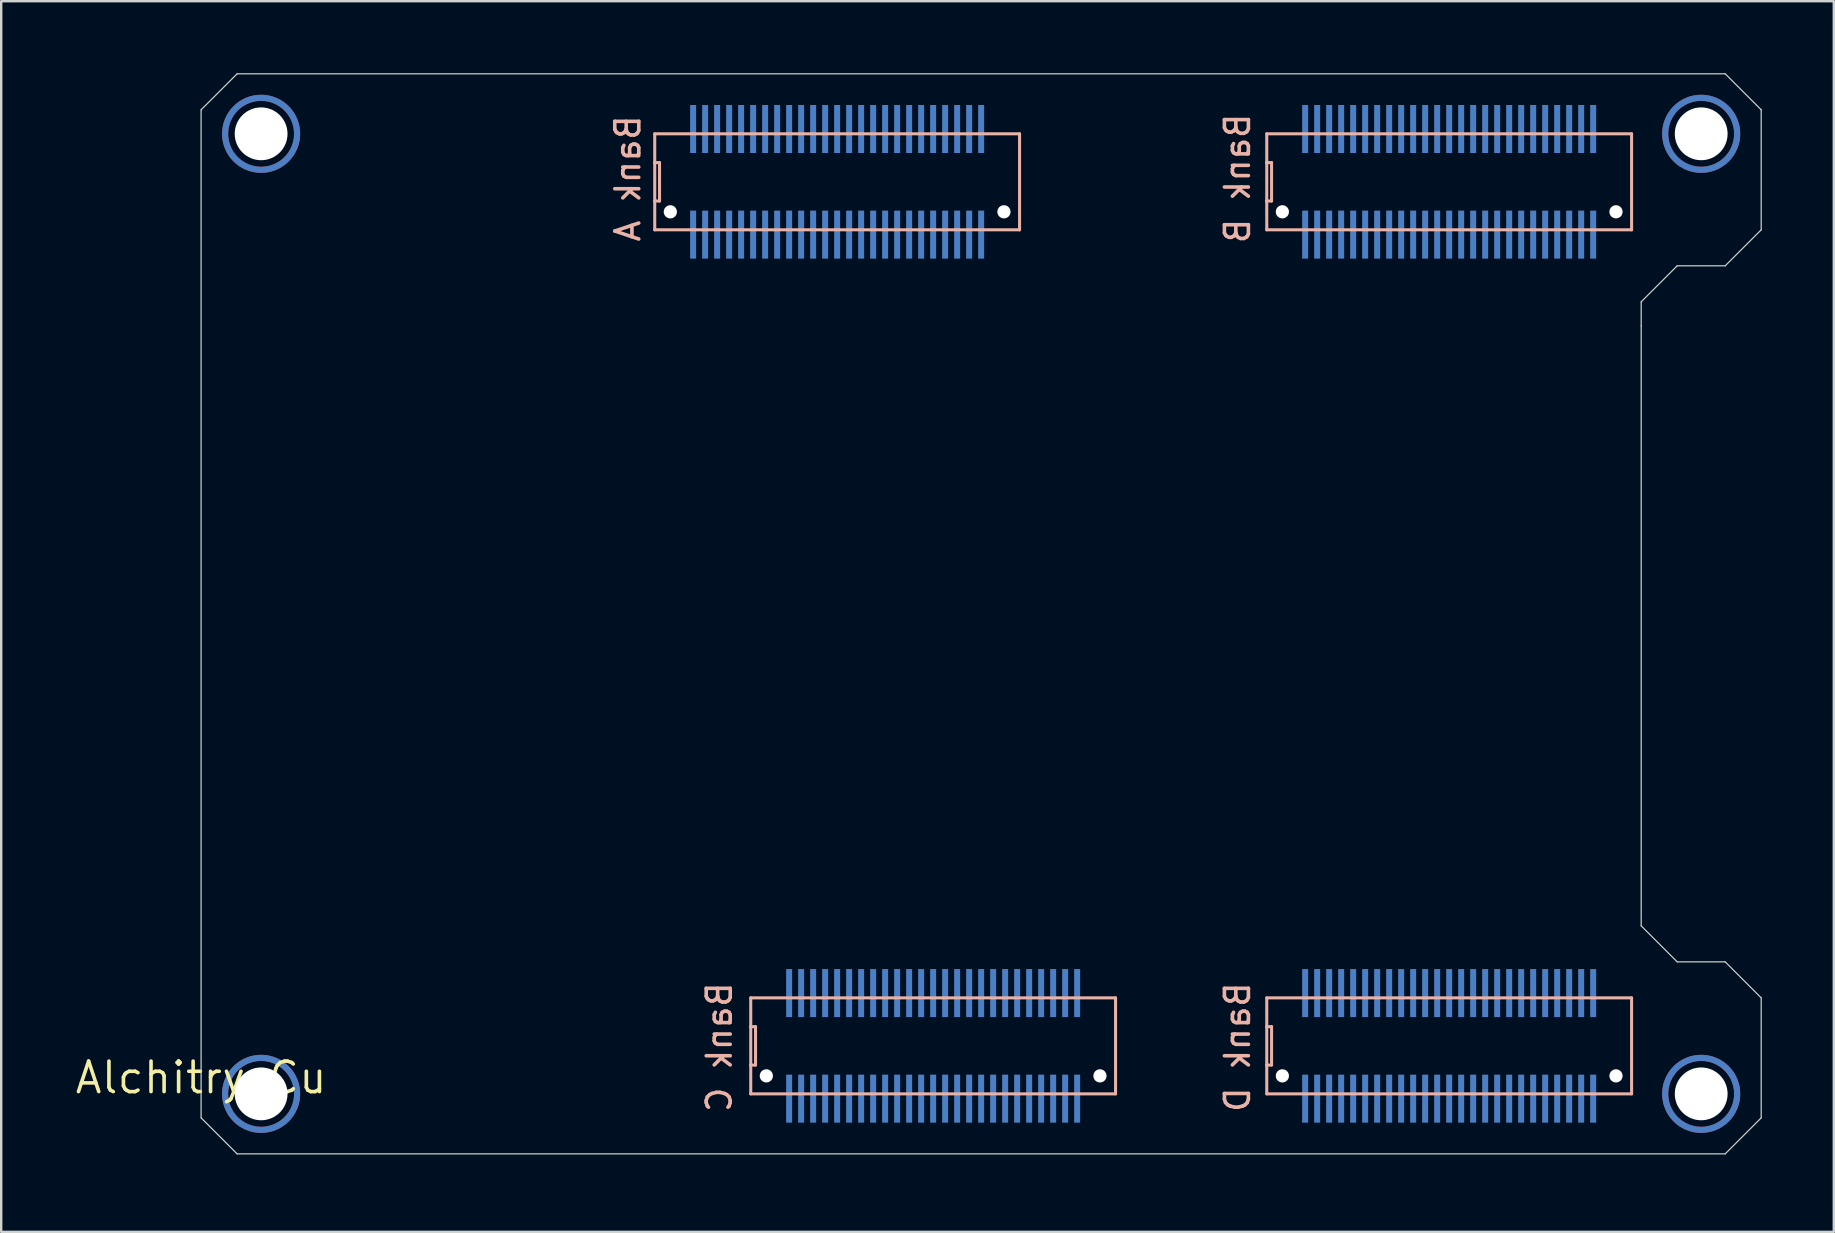
<source format=kicad_pcb>
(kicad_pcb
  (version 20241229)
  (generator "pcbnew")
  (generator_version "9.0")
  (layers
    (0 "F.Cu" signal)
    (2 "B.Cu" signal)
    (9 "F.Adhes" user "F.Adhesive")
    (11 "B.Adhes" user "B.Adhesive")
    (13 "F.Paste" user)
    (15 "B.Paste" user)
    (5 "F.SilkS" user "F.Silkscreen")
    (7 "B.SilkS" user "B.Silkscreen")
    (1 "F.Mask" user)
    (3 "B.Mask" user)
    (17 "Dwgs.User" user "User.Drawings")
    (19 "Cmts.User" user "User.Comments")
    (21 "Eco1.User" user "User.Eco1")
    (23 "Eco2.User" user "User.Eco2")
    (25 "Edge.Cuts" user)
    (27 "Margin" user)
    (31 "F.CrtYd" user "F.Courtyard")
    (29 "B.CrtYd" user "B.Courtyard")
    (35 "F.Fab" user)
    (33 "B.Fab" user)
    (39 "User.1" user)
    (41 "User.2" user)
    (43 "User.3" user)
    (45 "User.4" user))
  (footprint "Alchitry_Cu"
    (layer "F.Cu")
    (at 5.329 45.025)
    (property "Reference" "Alchitry_Cu" (at 0 -3.175 180) (layer "F.SilkS") (effects (font (size 1.27 1.27) (thickness 0.15))))
    (attr through_hole)
    (fp_circle (center 2.5 -42.5) (end 4 -42.5) (stroke (width 0.254) (type solid)) (fill no) (layer "F.Cu"))
    (fp_circle (center 2.5 -2.5) (end 4 -2.5) (stroke (width 0.254) (type solid)) (fill no) (layer "F.Cu"))
    (fp_circle (center 62.5 -42.5) (end 64 -42.5) (stroke (width 0.254) (type solid)) (fill no) (layer "F.Cu"))
    (fp_circle (center 62.5 -2.5) (end 64 -2.5) (stroke (width 0.254) (type solid)) (fill no) (layer "F.Cu"))
    (fp_circle (center 2.5 -42.5) (end 4 -42.5) (stroke (width 0.254) (type solid)) (fill no) (layer "F.Mask"))
    (fp_circle (center 2.5 -2.5) (end 4 -2.5) (stroke (width 0.254) (type solid)) (fill no) (layer "F.Mask"))
    (fp_circle (center 62.5 -42.5) (end 64 -42.5) (stroke (width 0.254) (type solid)) (fill no) (layer "F.Mask"))
    (fp_circle (center 62.5 -2.5) (end 64 -2.5) (stroke (width 0.254) (type solid)) (fill no) (layer "F.Mask"))
    (fp_circle (center 2.5 -42.5) (end 4 -42.5) (stroke (width 0.254) (type solid)) (fill no) (layer "B.Cu"))
    (fp_circle (center 2.5 -2.5) (end 4 -2.5) (stroke (width 0.254) (type solid)) (fill no) (layer "B.Cu"))
    (fp_circle (center 62.5 -42.5) (end 64 -42.5) (stroke (width 0.254) (type solid)) (fill no) (layer "B.Cu"))
    (fp_circle (center 62.5 -2.5) (end 64 -2.5) (stroke (width 0.254) (type solid)) (fill no) (layer "B.Cu"))
    (fp_circle (center 2.5 -42.5) (end 4 -42.5) (stroke (width 0.254) (type solid)) (fill no) (layer "B.Mask"))
    (fp_circle (center 2.5 -2.5) (end 4 -2.5) (stroke (width 0.254) (type solid)) (fill no) (layer "B.Mask"))
    (fp_circle (center 62.5 -42.5) (end 64 -42.5) (stroke (width 0.254) (type solid)) (fill no) (layer "B.Mask"))
    (fp_circle (center 62.5 -2.5) (end 64 -2.5) (stroke (width 0.254) (type solid)) (fill no) (layer "B.Mask"))
    (fp_line (start 18.9 -42.5) (end 18.9 -41.3) (stroke (width 0.127) (type solid)) (layer "B.SilkS"))
    (fp_line (start 18.9 -41.3) (end 18.9 -39.7) (stroke (width 0.127) (type solid)) (layer "B.SilkS"))
    (fp_line (start 18.9 -41.3) (end 19.1 -41.3) (stroke (width 0.127) (type solid)) (layer "B.SilkS"))
    (fp_line (start 18.9 -39.7) (end 18.9 -38.5) (stroke (width 0.127) (type solid)) (layer "B.SilkS"))
    (fp_line (start 18.9 -38.5) (end 34.1 -38.5) (stroke (width 0.127) (type solid)) (layer "B.SilkS"))
    (fp_line (start 19.1 -41.3) (end 19.1 -39.7) (stroke (width 0.127) (type solid)) (layer "B.SilkS"))
    (fp_line (start 19.1 -39.7) (end 18.9 -39.7) (stroke (width 0.127) (type solid)) (layer "B.SilkS"))
    (fp_line (start 22.9 -6.5) (end 22.9 -5.3) (stroke (width 0.127) (type solid)) (layer "B.SilkS"))
    (fp_line (start 22.9 -5.3) (end 22.9 -3.7) (stroke (width 0.127) (type solid)) (layer "B.SilkS"))
    (fp_line (start 22.9 -5.3) (end 23.1 -5.3) (stroke (width 0.127) (type solid)) (layer "B.SilkS"))
    (fp_line (start 22.9 -3.7) (end 22.9 -2.5) (stroke (width 0.127) (type solid)) (layer "B.SilkS"))
    (fp_line (start 22.9 -2.5) (end 38.1 -2.5) (stroke (width 0.127) (type solid)) (layer "B.SilkS"))
    (fp_line (start 23.1 -5.3) (end 23.1 -3.7) (stroke (width 0.127) (type solid)) (layer "B.SilkS"))
    (fp_line (start 23.1 -3.7) (end 22.9 -3.7) (stroke (width 0.127) (type solid)) (layer "B.SilkS"))
    (fp_line (start 34.1 -42.5) (end 18.9 -42.5) (stroke (width 0.127) (type solid)) (layer "B.SilkS"))
    (fp_line (start 34.1 -38.5) (end 34.1 -42.5) (stroke (width 0.127) (type solid)) (layer "B.SilkS"))
    (fp_line (start 38.1 -6.5) (end 22.9 -6.5) (stroke (width 0.127) (type solid)) (layer "B.SilkS"))
    (fp_line (start 38.1 -2.5) (end 38.1 -6.5) (stroke (width 0.127) (type solid)) (layer "B.SilkS"))
    (fp_line (start 44.4 -42.5) (end 44.4 -41.3) (stroke (width 0.127) (type solid)) (layer "B.SilkS"))
    (fp_line (start 44.4 -41.3) (end 44.4 -39.7) (stroke (width 0.127) (type solid)) (layer "B.SilkS"))
    (fp_line (start 44.4 -41.3) (end 44.6 -41.3) (stroke (width 0.127) (type solid)) (layer "B.SilkS"))
    (fp_line (start 44.4 -39.7) (end 44.4 -38.5) (stroke (width 0.127) (type solid)) (layer "B.SilkS"))
    (fp_line (start 44.4 -38.5) (end 59.6 -38.5) (stroke (width 0.127) (type solid)) (layer "B.SilkS"))
    (fp_line (start 44.4 -6.5) (end 44.4 -5.3) (stroke (width 0.127) (type solid)) (layer "B.SilkS"))
    (fp_line (start 44.4 -5.3) (end 44.4 -3.7) (stroke (width 0.127) (type solid)) (layer "B.SilkS"))
    (fp_line (start 44.4 -5.3) (end 44.6 -5.3) (stroke (width 0.127) (type solid)) (layer "B.SilkS"))
    (fp_line (start 44.4 -3.7) (end 44.4 -2.5) (stroke (width 0.127) (type solid)) (layer "B.SilkS"))
    (fp_line (start 44.4 -2.5) (end 59.6 -2.5) (stroke (width 0.127) (type solid)) (layer "B.SilkS"))
    (fp_line (start 44.6 -41.3) (end 44.6 -39.7) (stroke (width 0.127) (type solid)) (layer "B.SilkS"))
    (fp_line (start 44.6 -39.7) (end 44.4 -39.7) (stroke (width 0.127) (type solid)) (layer "B.SilkS"))
    (fp_line (start 44.6 -5.3) (end 44.6 -3.7) (stroke (width 0.127) (type solid)) (layer "B.SilkS"))
    (fp_line (start 44.6 -3.7) (end 44.4 -3.7) (stroke (width 0.127) (type solid)) (layer "B.SilkS"))
    (fp_line (start 59.6 -42.5) (end 44.4 -42.5) (stroke (width 0.127) (type solid)) (layer "B.SilkS"))
    (fp_line (start 59.6 -38.5) (end 59.6 -42.5) (stroke (width 0.127) (type solid)) (layer "B.SilkS"))
    (fp_line (start 59.6 -6.5) (end 44.4 -6.5) (stroke (width 0.127) (type solid)) (layer "B.SilkS"))
    (fp_line (start 59.6 -2.5) (end 59.6 -6.5) (stroke (width 0.127) (type solid)) (layer "B.SilkS"))
    (fp_line (start 0 -43.5) (end 0 -1.5) (stroke (width 0.05) (type solid)) (layer "Edge.Cuts"))
    (fp_line (start 0 -1.5) (end 1.5 0) (stroke (width 0.05) (type solid)) (layer "Edge.Cuts"))
    (fp_line (start 1.5 -45) (end 0 -43.5) (stroke (width 0.05) (type solid)) (layer "Edge.Cuts"))
    (fp_line (start 1.5 0) (end 63.5 0) (stroke (width 0.05) (type solid)) (layer "Edge.Cuts"))
    (fp_line (start 60 -35.5) (end 61.5 -37) (stroke (width 0.05) (type solid)) (layer "Edge.Cuts"))
    (fp_line (start 60 -34.5) (end 60 -35.5) (stroke (width 0.05) (type solid)) (layer "Edge.Cuts"))
    (fp_line (start 60 -9.5) (end 60 -34.5) (stroke (width 0.05) (type solid)) (layer "Edge.Cuts"))
    (fp_line (start 61.5 -37) (end 63.5 -37) (stroke (width 0.05) (type solid)) (layer "Edge.Cuts"))
    (fp_line (start 61.5 -8) (end 60 -9.5) (stroke (width 0.05) (type solid)) (layer "Edge.Cuts"))
    (fp_line (start 63.5 -45) (end 1.5 -45) (stroke (width 0.05) (type solid)) (layer "Edge.Cuts"))
    (fp_line (start 63.5 -37) (end 65 -38.5) (stroke (width 0.05) (type solid)) (layer "Edge.Cuts"))
    (fp_line (start 63.5 -8) (end 61.5 -8) (stroke (width 0.05) (type solid)) (layer "Edge.Cuts"))
    (fp_line (start 63.5 0) (end 65 -1.5) (stroke (width 0.05) (type solid)) (layer "Edge.Cuts"))
    (fp_line (start 65 -43.5) (end 63.5 -45) (stroke (width 0.05) (type solid)) (layer "Edge.Cuts"))
    (fp_line (start 65 -38.5) (end 65 -43.5) (stroke (width 0.05) (type solid)) (layer "Edge.Cuts"))
    (fp_line (start 65 -6.5) (end 63.5 -8) (stroke (width 0.05) (type solid)) (layer "Edge.Cuts"))
    (fp_line (start 65 -1.5) (end 65 -6.5) (stroke (width 0.05) (type solid)) (layer "Edge.Cuts"))
    (fp_text user "Bank C" (at 21.59 -4.445 90) (unlocked yes) (layer "B.SilkS") (effects (font (size 1 1) (thickness 0.15)) (justify mirror)))
    (fp_text user "Bank B" (at 43.18 -40.64 90) (unlocked yes) (layer "B.SilkS") (effects (font (size 1 1) (thickness 0.15)) (justify mirror)))
    (fp_text user "Bank D" (at 43.18 -4.445 90) (unlocked yes) (layer "B.SilkS") (effects (font (size 1 1) (thickness 0.15)) (justify mirror)))
    (fp_text user "Bank A" (at 17.78 -40.64 90) (unlocked yes) (layer "B.SilkS") (effects (font (size 1 1) (thickness 0.15)) (justify mirror)))
    (pad "" np_thru_hole circle (at 2.5 -42.5) (size 2.2 2.2) (drill 2.2) (layers "*.Cu" "*.Mask"))
    (pad "" np_thru_hole circle (at 2.5 -2.5) (size 2.2 2.2) (drill 2.2) (layers "*.Cu" "*.Mask"))
    (pad "" np_thru_hole circle (at 19.55 -39.25) (size 0.55 0.55) (drill 0.55) (layers "*.Cu" "*.Mask"))
    (pad "" np_thru_hole circle (at 23.55 -3.25) (size 0.55 0.55) (drill 0.55) (layers "*.Cu" "*.Mask"))
    (pad "" np_thru_hole circle (at 33.45 -39.25) (size 0.55 0.55) (drill 0.55) (layers "*.Cu" "*.Mask"))
    (pad "" np_thru_hole circle (at 37.45 -3.25) (size 0.55 0.55) (drill 0.55) (layers "*.Cu" "*.Mask"))
    (pad "" np_thru_hole circle (at 45.05 -39.25) (size 0.55 0.55) (drill 0.55) (layers "*.Cu" "*.Mask"))
    (pad "" np_thru_hole circle (at 45.05 -3.25) (size 0.55 0.55) (drill 0.55) (layers "*.Cu" "*.Mask"))
    (pad "" np_thru_hole circle (at 58.95 -39.25) (size 0.55 0.55) (drill 0.55) (layers "*.Cu" "*.Mask"))
    (pad "" np_thru_hole circle (at 58.95 -3.25) (size 0.55 0.55) (drill 0.55) (layers "*.Cu" "*.Mask"))
    (pad "" np_thru_hole circle (at 62.5 -42.5) (size 2.2 2.2) (drill 2.2) (layers "*.Cu" "*.Mask"))
    (pad "" np_thru_hole circle (at 62.5 -2.5) (size 2.2 2.2) (drill 2.2) (layers "*.Cu" "*.Mask"))
    (pad "A1" smd rect (at 20.5 -38.3 90) (size 2 0.25) (layers "B.Cu" "B.Mask" "B.Paste"))
    (pad "A2" smd rect (at 21 -38.3 90) (size 2 0.25) (layers "B.Cu" "B.Mask" "B.Paste"))
    (pad "A3" smd rect (at 21.5 -38.3 90) (size 2 0.25) (layers "B.Cu" "B.Mask" "B.Paste"))
    (pad "A4" smd rect (at 22 -38.3 90) (size 2 0.25) (layers "B.Cu" "B.Mask" "B.Paste"))
    (pad "A5" smd rect (at 22.5 -38.3 90) (size 2 0.25) (layers "B.Cu" "B.Mask" "B.Paste"))
    (pad "A6" smd rect (at 23 -38.3 90) (size 2 0.25) (layers "B.Cu" "B.Mask" "B.Paste"))
    (pad "A7" smd rect (at 23.5 -38.3 90) (size 2 0.25) (layers "B.Cu" "B.Mask" "B.Paste"))
    (pad "A8" smd rect (at 24 -38.3 90) (size 2 0.25) (layers "B.Cu" "B.Mask" "B.Paste"))
    (pad "A9" smd rect (at 24.5 -38.3 90) (size 2 0.25) (layers "B.Cu" "B.Mask" "B.Paste"))
    (pad "A10" smd rect (at 25 -38.3 90) (size 2 0.25) (layers "B.Cu" "B.Mask" "B.Paste"))
    (pad "A11" smd rect (at 25.5 -38.3 90) (size 2 0.25) (layers "B.Cu" "B.Mask" "B.Paste"))
    (pad "A12" smd rect (at 26 -38.3 90) (size 2 0.25) (layers "B.Cu" "B.Mask" "B.Paste"))
    (pad "A13" smd rect (at 26.5 -38.3 90) (size 2 0.25) (layers "B.Cu" "B.Mask" "B.Paste"))
    (pad "A14" smd rect (at 27 -38.3 90) (size 2 0.25) (layers "B.Cu" "B.Mask" "B.Paste"))
    (pad "A15" smd rect (at 27.5 -38.3 90) (size 2 0.25) (layers "B.Cu" "B.Mask" "B.Paste"))
    (pad "A16" smd rect (at 28 -38.3 90) (size 2 0.25) (layers "B.Cu" "B.Mask" "B.Paste"))
    (pad "A17" smd rect (at 28.5 -38.3 90) (size 2 0.25) (layers "B.Cu" "B.Mask" "B.Paste"))
    (pad "A18" smd rect (at 29 -38.3 90) (size 2 0.25) (layers "B.Cu" "B.Mask" "B.Paste"))
    (pad "A19" smd rect (at 29.5 -38.3 90) (size 2 0.25) (layers "B.Cu" "B.Mask" "B.Paste"))
    (pad "A20" smd rect (at 30 -38.3 90) (size 2 0.25) (layers "B.Cu" "B.Mask" "B.Paste"))
    (pad "A21" smd rect (at 30.5 -38.3 90) (size 2 0.25) (layers "B.Cu" "B.Mask" "B.Paste"))
    (pad "A22" smd rect (at 31 -38.3 90) (size 2 0.25) (layers "B.Cu" "B.Mask" "B.Paste"))
    (pad "A23" smd rect (at 31.5 -38.3 90) (size 2 0.25) (layers "B.Cu" "B.Mask" "B.Paste"))
    (pad "A24" smd rect (at 32 -38.3 90) (size 2 0.25) (layers "B.Cu" "B.Mask" "B.Paste"))
    (pad "A25" smd rect (at 32.5 -38.3 90) (size 2 0.25) (layers "B.Cu" "B.Mask" "B.Paste"))
    (pad "A26" smd rect (at 32.5 -42.7 90) (size 2 0.25) (layers "B.Cu" "B.Mask" "B.Paste"))
    (pad "A27" smd rect (at 32 -42.7 90) (size 2 0.25) (layers "B.Cu" "B.Mask" "B.Paste"))
    (pad "A28" smd rect (at 31.5 -42.7 90) (size 2 0.25) (layers "B.Cu" "B.Mask" "B.Paste"))
    (pad "A29" smd rect (at 31 -42.7 90) (size 2 0.25) (layers "B.Cu" "B.Mask" "B.Paste"))
    (pad "A30" smd rect (at 30.5 -42.7 90) (size 2 0.25) (layers "B.Cu" "B.Mask" "B.Paste"))
    (pad "A31" smd rect (at 30 -42.7 90) (size 2 0.25) (layers "B.Cu" "B.Mask" "B.Paste"))
    (pad "A32" smd rect (at 29.5 -42.7 90) (size 2 0.25) (layers "B.Cu" "B.Mask" "B.Paste"))
    (pad "A33" smd rect (at 29 -42.7 90) (size 2 0.25) (layers "B.Cu" "B.Mask" "B.Paste"))
    (pad "A34" smd rect (at 28.5 -42.7 90) (size 2 0.25) (layers "B.Cu" "B.Mask" "B.Paste"))
    (pad "A35" smd rect (at 28 -42.7 90) (size 2 0.25) (layers "B.Cu" "B.Mask" "B.Paste"))
    (pad "A36" smd rect (at 27.5 -42.7 90) (size 2 0.25) (layers "B.Cu" "B.Mask" "B.Paste"))
    (pad "A37" smd rect (at 27 -42.7 90) (size 2 0.25) (layers "B.Cu" "B.Mask" "B.Paste"))
    (pad "A38" smd rect (at 26.5 -42.7 90) (size 2 0.25) (layers "B.Cu" "B.Mask" "B.Paste"))
    (pad "A39" smd rect (at 26 -42.7 90) (size 2 0.25) (layers "B.Cu" "B.Mask" "B.Paste"))
    (pad "A40" smd rect (at 25.5 -42.7 90) (size 2 0.25) (layers "B.Cu" "B.Mask" "B.Paste"))
    (pad "A41" smd rect (at 25 -42.7 90) (size 2 0.25) (layers "B.Cu" "B.Mask" "B.Paste"))
    (pad "A42" smd rect (at 24.5 -42.7 90) (size 2 0.25) (layers "B.Cu" "B.Mask" "B.Paste"))
    (pad "A43" smd rect (at 24 -42.7 90) (size 2 0.25) (layers "B.Cu" "B.Mask" "B.Paste"))
    (pad "A44" smd rect (at 23.5 -42.7 90) (size 2 0.25) (layers "B.Cu" "B.Mask" "B.Paste"))
    (pad "A45" smd rect (at 23 -42.7 90) (size 2 0.25) (layers "B.Cu" "B.Mask" "B.Paste"))
    (pad "A46" smd rect (at 22.5 -42.7 90) (size 2 0.25) (layers "B.Cu" "B.Mask" "B.Paste"))
    (pad "A47" smd rect (at 22 -42.7 90) (size 2 0.25) (layers "B.Cu" "B.Mask" "B.Paste"))
    (pad "A48" smd rect (at 21.5 -42.7 90) (size 2 0.25) (layers "B.Cu" "B.Mask" "B.Paste"))
    (pad "A49" smd rect (at 21 -42.7 90) (size 2 0.25) (layers "B.Cu" "B.Mask" "B.Paste"))
    (pad "A50" smd rect (at 20.5 -42.7 90) (size 2 0.25) (layers "B.Cu" "B.Mask" "B.Paste"))
    (pad "B1" smd rect (at 46 -38.3 90) (size 2 0.25) (layers "B.Cu" "B.Mask" "B.Paste"))
    (pad "B2" smd rect (at 46.5 -38.3 90) (size 2 0.25) (layers "B.Cu" "B.Mask" "B.Paste"))
    (pad "B3" smd rect (at 47 -38.3 90) (size 2 0.25) (layers "B.Cu" "B.Mask" "B.Paste"))
    (pad "B4" smd rect (at 47.5 -38.3 90) (size 2 0.25) (layers "B.Cu" "B.Mask" "B.Paste"))
    (pad "B5" smd rect (at 48 -38.3 90) (size 2 0.25) (layers "B.Cu" "B.Mask" "B.Paste"))
    (pad "B6" smd rect (at 48.5 -38.3 90) (size 2 0.25) (layers "B.Cu" "B.Mask" "B.Paste"))
    (pad "B7" smd rect (at 49 -38.3 90) (size 2 0.25) (layers "B.Cu" "B.Mask" "B.Paste"))
    (pad "B8" smd rect (at 49.5 -38.3 90) (size 2 0.25) (layers "B.Cu" "B.Mask" "B.Paste"))
    (pad "B9" smd rect (at 50 -38.3 90) (size 2 0.25) (layers "B.Cu" "B.Mask" "B.Paste"))
    (pad "B10" smd rect (at 50.5 -38.3 90) (size 2 0.25) (layers "B.Cu" "B.Mask" "B.Paste"))
    (pad "B11" smd rect (at 51 -38.3 90) (size 2 0.25) (layers "B.Cu" "B.Mask" "B.Paste"))
    (pad "B12" smd rect (at 51.5 -38.3 90) (size 2 0.25) (layers "B.Cu" "B.Mask" "B.Paste"))
    (pad "B13" smd rect (at 52 -38.3 90) (size 2 0.25) (layers "B.Cu" "B.Mask" "B.Paste"))
    (pad "B14" smd rect (at 52.5 -38.3 90) (size 2 0.25) (layers "B.Cu" "B.Mask" "B.Paste"))
    (pad "B15" smd rect (at 53 -38.3 90) (size 2 0.25) (layers "B.Cu" "B.Mask" "B.Paste"))
    (pad "B16" smd rect (at 53.5 -38.3 90) (size 2 0.25) (layers "B.Cu" "B.Mask" "B.Paste"))
    (pad "B17" smd rect (at 54 -38.3 90) (size 2 0.25) (layers "B.Cu" "B.Mask" "B.Paste"))
    (pad "B18" smd rect (at 54.5 -38.3 90) (size 2 0.25) (layers "B.Cu" "B.Mask" "B.Paste"))
    (pad "B19" smd rect (at 55 -38.3 90) (size 2 0.25) (layers "B.Cu" "B.Mask" "B.Paste"))
    (pad "B20" smd rect (at 55.5 -38.3 90) (size 2 0.25) (layers "B.Cu" "B.Mask" "B.Paste"))
    (pad "B21" smd rect (at 56 -38.3 90) (size 2 0.25) (layers "B.Cu" "B.Mask" "B.Paste"))
    (pad "B22" smd rect (at 56.5 -38.3 90) (size 2 0.25) (layers "B.Cu" "B.Mask" "B.Paste"))
    (pad "B23" smd rect (at 57 -38.3 90) (size 2 0.25) (layers "B.Cu" "B.Mask" "B.Paste"))
    (pad "B24" smd rect (at 57.5 -38.3 90) (size 2 0.25) (layers "B.Cu" "B.Mask" "B.Paste"))
    (pad "B25" smd rect (at 58 -38.3 90) (size 2 0.25) (layers "B.Cu" "B.Mask" "B.Paste"))
    (pad "B26" smd rect (at 58 -42.7 90) (size 2 0.25) (layers "B.Cu" "B.Mask" "B.Paste"))
    (pad "B27" smd rect (at 57.5 -42.7 90) (size 2 0.25) (layers "B.Cu" "B.Mask" "B.Paste"))
    (pad "B28" smd rect (at 57 -42.7 90) (size 2 0.25) (layers "B.Cu" "B.Mask" "B.Paste"))
    (pad "B29" smd rect (at 56.5 -42.7 90) (size 2 0.25) (layers "B.Cu" "B.Mask" "B.Paste"))
    (pad "B30" smd rect (at 56 -42.7 90) (size 2 0.25) (layers "B.Cu" "B.Mask" "B.Paste"))
    (pad "B31" smd rect (at 55.5 -42.7 90) (size 2 0.25) (layers "B.Cu" "B.Mask" "B.Paste"))
    (pad "B32" smd rect (at 55 -42.7 90) (size 2 0.25) (layers "B.Cu" "B.Mask" "B.Paste"))
    (pad "B33" smd rect (at 54.5 -42.7 90) (size 2 0.25) (layers "B.Cu" "B.Mask" "B.Paste"))
    (pad "B34" smd rect (at 54 -42.7 90) (size 2 0.25) (layers "B.Cu" "B.Mask" "B.Paste"))
    (pad "B35" smd rect (at 53.5 -42.7 90) (size 2 0.25) (layers "B.Cu" "B.Mask" "B.Paste"))
    (pad "B36" smd rect (at 53 -42.7 90) (size 2 0.25) (layers "B.Cu" "B.Mask" "B.Paste"))
    (pad "B37" smd rect (at 52.5 -42.7 90) (size 2 0.25) (layers "B.Cu" "B.Mask" "B.Paste"))
    (pad "B38" smd rect (at 52 -42.7 90) (size 2 0.25) (layers "B.Cu" "B.Mask" "B.Paste"))
    (pad "B39" smd rect (at 51.5 -42.7 90) (size 2 0.25) (layers "B.Cu" "B.Mask" "B.Paste"))
    (pad "B40" smd rect (at 51 -42.7 90) (size 2 0.25) (layers "B.Cu" "B.Mask" "B.Paste"))
    (pad "B41" smd rect (at 50.5 -42.7 90) (size 2 0.25) (layers "B.Cu" "B.Mask" "B.Paste"))
    (pad "B42" smd rect (at 50 -42.7 90) (size 2 0.25) (layers "B.Cu" "B.Mask" "B.Paste"))
    (pad "B43" smd rect (at 49.5 -42.7 90) (size 2 0.25) (layers "B.Cu" "B.Mask" "B.Paste"))
    (pad "B44" smd rect (at 49 -42.7 90) (size 2 0.25) (layers "B.Cu" "B.Mask" "B.Paste"))
    (pad "B45" smd rect (at 48.5 -42.7 90) (size 2 0.25) (layers "B.Cu" "B.Mask" "B.Paste"))
    (pad "B46" smd rect (at 48 -42.7 90) (size 2 0.25) (layers "B.Cu" "B.Mask" "B.Paste"))
    (pad "B47" smd rect (at 47.5 -42.7 90) (size 2 0.25) (layers "B.Cu" "B.Mask" "B.Paste"))
    (pad "B48" smd rect (at 47 -42.7 90) (size 2 0.25) (layers "B.Cu" "B.Mask" "B.Paste"))
    (pad "B49" smd rect (at 46.5 -42.7 90) (size 2 0.25) (layers "B.Cu" "B.Mask" "B.Paste"))
    (pad "B50" smd rect (at 46 -42.7 90) (size 2 0.25) (layers "B.Cu" "B.Mask" "B.Paste"))
    (pad "C1" smd rect (at 24.5 -2.3 90) (size 2 0.25) (layers "B.Cu" "B.Mask" "B.Paste"))
    (pad "C2" smd rect (at 25 -2.3 90) (size 2 0.25) (layers "B.Cu" "B.Mask" "B.Paste"))
    (pad "C3" smd rect (at 25.5 -2.3 90) (size 2 0.25) (layers "B.Cu" "B.Mask" "B.Paste"))
    (pad "C4" smd rect (at 26 -2.3 90) (size 2 0.25) (layers "B.Cu" "B.Mask" "B.Paste"))
    (pad "C5" smd rect (at 26.5 -2.3 90) (size 2 0.25) (layers "B.Cu" "B.Mask" "B.Paste"))
    (pad "C6" smd rect (at 27 -2.3 90) (size 2 0.25) (layers "B.Cu" "B.Mask" "B.Paste"))
    (pad "C7" smd rect (at 27.5 -2.3 90) (size 2 0.25) (layers "B.Cu" "B.Mask" "B.Paste"))
    (pad "C8" smd rect (at 28 -2.3 90) (size 2 0.25) (layers "B.Cu" "B.Mask" "B.Paste"))
    (pad "C9" smd rect (at 28.5 -2.3 90) (size 2 0.25) (layers "B.Cu" "B.Mask" "B.Paste"))
    (pad "C10" smd rect (at 29 -2.3 90) (size 2 0.25) (layers "B.Cu" "B.Mask" "B.Paste"))
    (pad "C11" smd rect (at 29.5 -2.3 90) (size 2 0.25) (layers "B.Cu" "B.Mask" "B.Paste"))
    (pad "C12" smd rect (at 30 -2.3 90) (size 2 0.25) (layers "B.Cu" "B.Mask" "B.Paste"))
    (pad "C13" smd rect (at 30.5 -2.3 90) (size 2 0.25) (layers "B.Cu" "B.Mask" "B.Paste"))
    (pad "C14" smd rect (at 31 -2.3 90) (size 2 0.25) (layers "B.Cu" "B.Mask" "B.Paste"))
    (pad "C15" smd rect (at 31.5 -2.3 90) (size 2 0.25) (layers "B.Cu" "B.Mask" "B.Paste"))
    (pad "C16" smd rect (at 32 -2.3 90) (size 2 0.25) (layers "B.Cu" "B.Mask" "B.Paste"))
    (pad "C17" smd rect (at 32.5 -2.3 90) (size 2 0.25) (layers "B.Cu" "B.Mask" "B.Paste"))
    (pad "C18" smd rect (at 33 -2.3 90) (size 2 0.25) (layers "B.Cu" "B.Mask" "B.Paste"))
    (pad "C19" smd rect (at 33.5 -2.3 90) (size 2 0.25) (layers "B.Cu" "B.Mask" "B.Paste"))
    (pad "C20" smd rect (at 34 -2.3 90) (size 2 0.25) (layers "B.Cu" "B.Mask" "B.Paste"))
    (pad "C21" smd rect (at 34.5 -2.3 90) (size 2 0.25) (layers "B.Cu" "B.Mask" "B.Paste"))
    (pad "C22" smd rect (at 35 -2.3 90) (size 2 0.25) (layers "B.Cu" "B.Mask" "B.Paste"))
    (pad "C23" smd rect (at 35.5 -2.3 90) (size 2 0.25) (layers "B.Cu" "B.Mask" "B.Paste"))
    (pad "C24" smd rect (at 36 -2.3 90) (size 2 0.25) (layers "B.Cu" "B.Mask" "B.Paste"))
    (pad "C25" smd rect (at 36.5 -2.3 90) (size 2 0.25) (layers "B.Cu" "B.Mask" "B.Paste"))
    (pad "C26" smd rect (at 36.5 -6.7 90) (size 2 0.25) (layers "B.Cu" "B.Mask" "B.Paste"))
    (pad "C27" smd rect (at 36 -6.7 90) (size 2 0.25) (layers "B.Cu" "B.Mask" "B.Paste"))
    (pad "C28" smd rect (at 35.5 -6.7 90) (size 2 0.25) (layers "B.Cu" "B.Mask" "B.Paste"))
    (pad "C29" smd rect (at 35 -6.7 90) (size 2 0.25) (layers "B.Cu" "B.Mask" "B.Paste"))
    (pad "C30" smd rect (at 34.5 -6.7 90) (size 2 0.25) (layers "B.Cu" "B.Mask" "B.Paste"))
    (pad "C31" smd rect (at 34 -6.7 90) (size 2 0.25) (layers "B.Cu" "B.Mask" "B.Paste"))
    (pad "C32" smd rect (at 33.5 -6.7 90) (size 2 0.25) (layers "B.Cu" "B.Mask" "B.Paste"))
    (pad "C33" smd rect (at 33 -6.7 90) (size 2 0.25) (layers "B.Cu" "B.Mask" "B.Paste"))
    (pad "C34" smd rect (at 32.5 -6.7 90) (size 2 0.25) (layers "B.Cu" "B.Mask" "B.Paste"))
    (pad "C35" smd rect (at 32 -6.7 90) (size 2 0.25) (layers "B.Cu" "B.Mask" "B.Paste"))
    (pad "C36" smd rect (at 31.5 -6.7 90) (size 2 0.25) (layers "B.Cu" "B.Mask" "B.Paste"))
    (pad "C37" smd rect (at 31 -6.7 90) (size 2 0.25) (layers "B.Cu" "B.Mask" "B.Paste"))
    (pad "C38" smd rect (at 30.5 -6.7 90) (size 2 0.25) (layers "B.Cu" "B.Mask" "B.Paste"))
    (pad "C39" smd rect (at 30 -6.7 90) (size 2 0.25) (layers "B.Cu" "B.Mask" "B.Paste"))
    (pad "C40" smd rect (at 29.5 -6.7 90) (size 2 0.25) (layers "B.Cu" "B.Mask" "B.Paste"))
    (pad "C41" smd rect (at 29 -6.7 90) (size 2 0.25) (layers "B.Cu" "B.Mask" "B.Paste"))
    (pad "C42" smd rect (at 28.5 -6.7 90) (size 2 0.25) (layers "B.Cu" "B.Mask" "B.Paste"))
    (pad "C43" smd rect (at 28 -6.7 90) (size 2 0.25) (layers "B.Cu" "B.Mask" "B.Paste"))
    (pad "C44" smd rect (at 27.5 -6.7 90) (size 2 0.25) (layers "B.Cu" "B.Mask" "B.Paste"))
    (pad "C45" smd rect (at 27 -6.7 90) (size 2 0.25) (layers "B.Cu" "B.Mask" "B.Paste"))
    (pad "C46" smd rect (at 26.5 -6.7 90) (size 2 0.25) (layers "B.Cu" "B.Mask" "B.Paste"))
    (pad "C47" smd rect (at 26 -6.7 90) (size 2 0.25) (layers "B.Cu" "B.Mask" "B.Paste"))
    (pad "C48" smd rect (at 25.5 -6.7 90) (size 2 0.25) (layers "B.Cu" "B.Mask" "B.Paste"))
    (pad "C49" smd rect (at 25 -6.7 90) (size 2 0.25) (layers "B.Cu" "B.Mask" "B.Paste"))
    (pad "C50" smd rect (at 24.5 -6.7 90) (size 2 0.25) (layers "B.Cu" "B.Mask" "B.Paste"))
    (pad "D1" smd rect (at 46 -2.3 90) (size 2 0.25) (layers "B.Cu" "B.Mask" "B.Paste"))
    (pad "D2" smd rect (at 46.5 -2.3 90) (size 2 0.25) (layers "B.Cu" "B.Mask" "B.Paste"))
    (pad "D3" smd rect (at 47 -2.3 90) (size 2 0.25) (layers "B.Cu" "B.Mask" "B.Paste"))
    (pad "D4" smd rect (at 47.5 -2.3 90) (size 2 0.25) (layers "B.Cu" "B.Mask" "B.Paste"))
    (pad "D5" smd rect (at 48 -2.3 90) (size 2 0.25) (layers "B.Cu" "B.Mask" "B.Paste"))
    (pad "D6" smd rect (at 48.5 -2.3 90) (size 2 0.25) (layers "B.Cu" "B.Mask" "B.Paste"))
    (pad "D7" smd rect (at 49 -2.3 90) (size 2 0.25) (layers "B.Cu" "B.Mask" "B.Paste"))
    (pad "D8" smd rect (at 49.5 -2.3 90) (size 2 0.25) (layers "B.Cu" "B.Mask" "B.Paste"))
    (pad "D9" smd rect (at 50 -2.3 90) (size 2 0.25) (layers "B.Cu" "B.Mask" "B.Paste"))
    (pad "D10" smd rect (at 50.5 -2.3 90) (size 2 0.25) (layers "B.Cu" "B.Mask" "B.Paste"))
    (pad "D11" smd rect (at 51 -2.3 90) (size 2 0.25) (layers "B.Cu" "B.Mask" "B.Paste"))
    (pad "D12" smd rect (at 51.5 -2.3 90) (size 2 0.25) (layers "B.Cu" "B.Mask" "B.Paste"))
    (pad "D13" smd rect (at 52 -2.3 90) (size 2 0.25) (layers "B.Cu" "B.Mask" "B.Paste"))
    (pad "D14" smd rect (at 52.5 -2.3 90) (size 2 0.25) (layers "B.Cu" "B.Mask" "B.Paste"))
    (pad "D15" smd rect (at 53 -2.3 90) (size 2 0.25) (layers "B.Cu" "B.Mask" "B.Paste"))
    (pad "D16" smd rect (at 53.5 -2.3 90) (size 2 0.25) (layers "B.Cu" "B.Mask" "B.Paste"))
    (pad "D17" smd rect (at 54 -2.3 90) (size 2 0.25) (layers "B.Cu" "B.Mask" "B.Paste"))
    (pad "D18" smd rect (at 54.5 -2.3 90) (size 2 0.25) (layers "B.Cu" "B.Mask" "B.Paste"))
    (pad "D19" smd rect (at 55 -2.3 90) (size 2 0.25) (layers "B.Cu" "B.Mask" "B.Paste"))
    (pad "D20" smd rect (at 55.5 -2.3 90) (size 2 0.25) (layers "B.Cu" "B.Mask" "B.Paste"))
    (pad "D21" smd rect (at 56 -2.3 90) (size 2 0.25) (layers "B.Cu" "B.Mask" "B.Paste"))
    (pad "D22" smd rect (at 56.5 -2.3 90) (size 2 0.25) (layers "B.Cu" "B.Mask" "B.Paste"))
    (pad "D23" smd rect (at 57 -2.3 90) (size 2 0.25) (layers "B.Cu" "B.Mask" "B.Paste"))
    (pad "D24" smd rect (at 57.5 -2.3 90) (size 2 0.25) (layers "B.Cu" "B.Mask" "B.Paste"))
    (pad "D25" smd rect (at 58 -2.3 90) (size 2 0.25) (layers "B.Cu" "B.Mask" "B.Paste"))
    (pad "D26" smd rect (at 58 -6.7 90) (size 2 0.25) (layers "B.Cu" "B.Mask" "B.Paste"))
    (pad "D27" smd rect (at 57.5 -6.7 90) (size 2 0.25) (layers "B.Cu" "B.Mask" "B.Paste"))
    (pad "D28" smd rect (at 57 -6.7 90) (size 2 0.25) (layers "B.Cu" "B.Mask" "B.Paste"))
    (pad "D29" smd rect (at 56.5 -6.7 90) (size 2 0.25) (layers "B.Cu" "B.Mask" "B.Paste"))
    (pad "D30" smd rect (at 56 -6.7 90) (size 2 0.25) (layers "B.Cu" "B.Mask" "B.Paste"))
    (pad "D31" smd rect (at 55.5 -6.7 90) (size 2 0.25) (layers "B.Cu" "B.Mask" "B.Paste"))
    (pad "D32" smd rect (at 55 -6.7 90) (size 2 0.25) (layers "B.Cu" "B.Mask" "B.Paste"))
    (pad "D33" smd rect (at 54.5 -6.7 90) (size 2 0.25) (layers "B.Cu" "B.Mask" "B.Paste"))
    (pad "D34" smd rect (at 54 -6.7 90) (size 2 0.25) (layers "B.Cu" "B.Mask" "B.Paste"))
    (pad "D35" smd rect (at 53.5 -6.7 90) (size 2 0.25) (layers "B.Cu" "B.Mask" "B.Paste"))
    (pad "D36" smd rect (at 53 -6.7 90) (size 2 0.25) (layers "B.Cu" "B.Mask" "B.Paste"))
    (pad "D37" smd rect (at 52.5 -6.7 90) (size 2 0.25) (layers "B.Cu" "B.Mask" "B.Paste"))
    (pad "D38" smd rect (at 52 -6.7 90) (size 2 0.25) (layers "B.Cu" "B.Mask" "B.Paste"))
    (pad "D39" smd rect (at 51.5 -6.7 90) (size 2 0.25) (layers "B.Cu" "B.Mask" "B.Paste"))
    (pad "D40" smd rect (at 51 -6.7 90) (size 2 0.25) (layers "B.Cu" "B.Mask" "B.Paste"))
    (pad "D41" smd rect (at 50.5 -6.7 90) (size 2 0.25) (layers "B.Cu" "B.Mask" "B.Paste"))
    (pad "D42" smd rect (at 50 -6.7 90) (size 2 0.25) (layers "B.Cu" "B.Mask" "B.Paste"))
    (pad "D43" smd rect (at 49.5 -6.7 90) (size 2 0.25) (layers "B.Cu" "B.Mask" "B.Paste"))
    (pad "D44" smd rect (at 49 -6.7 90) (size 2 0.25) (layers "B.Cu" "B.Mask" "B.Paste"))
    (pad "D45" smd rect (at 48.5 -6.7 90) (size 2 0.25) (layers "B.Cu" "B.Mask" "B.Paste"))
    (pad "D46" smd rect (at 48 -6.7 90) (size 2 0.25) (layers "B.Cu" "B.Mask" "B.Paste"))
    (pad "D47" smd rect (at 47.5 -6.7 90) (size 2 0.25) (layers "B.Cu" "B.Mask" "B.Paste"))
    (pad "D48" smd rect (at 47 -6.7 90) (size 2 0.25) (layers "B.Cu" "B.Mask" "B.Paste"))
    (pad "D49" smd rect (at 46.5 -6.7 90) (size 2 0.25) (layers "B.Cu" "B.Mask" "B.Paste"))
    (pad "D50" smd rect (at 46 -6.7 90) (size 2 0.25) (layers "B.Cu" "B.Mask" "B.Paste")))
  (gr_rect
    (start -3 -3)
    (end 73.354 48.275)
    (stroke (width 0.1) (type default))
    (fill no)
    (layer "Edge.Cuts")))
</source>
